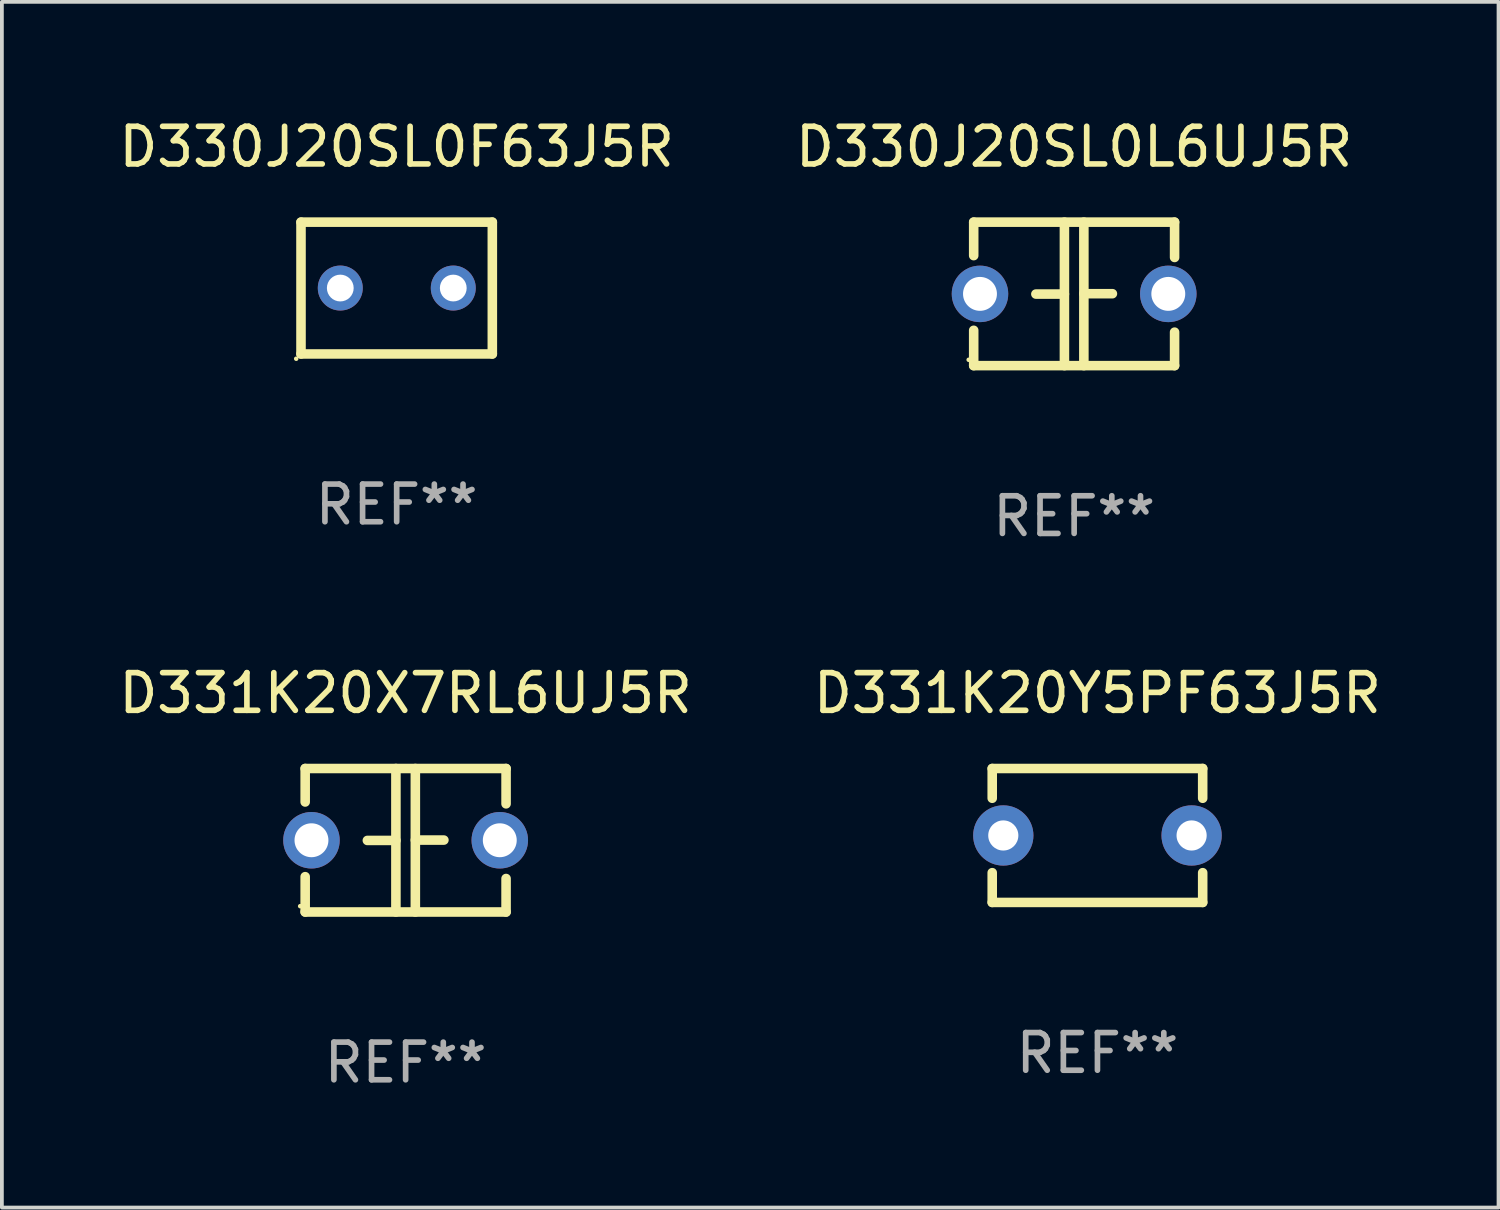
<source format=kicad_pcb>
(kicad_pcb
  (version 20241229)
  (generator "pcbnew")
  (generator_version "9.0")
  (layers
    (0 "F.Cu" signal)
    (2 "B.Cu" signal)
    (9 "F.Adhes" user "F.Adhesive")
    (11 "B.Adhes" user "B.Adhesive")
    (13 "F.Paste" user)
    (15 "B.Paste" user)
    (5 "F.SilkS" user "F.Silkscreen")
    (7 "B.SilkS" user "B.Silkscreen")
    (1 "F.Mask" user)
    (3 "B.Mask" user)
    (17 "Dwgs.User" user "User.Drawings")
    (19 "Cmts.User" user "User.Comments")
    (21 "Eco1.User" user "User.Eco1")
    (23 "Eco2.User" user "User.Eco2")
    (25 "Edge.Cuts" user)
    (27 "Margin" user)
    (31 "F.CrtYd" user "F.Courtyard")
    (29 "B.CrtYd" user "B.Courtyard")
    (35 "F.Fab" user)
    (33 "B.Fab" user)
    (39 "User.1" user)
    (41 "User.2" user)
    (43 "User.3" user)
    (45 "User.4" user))
  (footprint "D330J20SL0F63J5R"
    (layer "F.Cu")
    (at 7.482 4.598)
    (property "Reference" "D330J20SL0F63J5R" (at 0 -3.75 0) (layer "F.SilkS") (effects (font (size 1 1) (thickness 0.15))))
    (attr through_hole)
    (fp_line (start -2.54 1.75) (end -2.54 -1.75) (stroke (width 0.254) (type solid)) (layer "F.SilkS"))
    (fp_line (start -2.54 1.75) (end 2.54 1.75) (stroke (width 0.254) (type solid)) (layer "F.SilkS"))
    (fp_line (start 2.54 -1.75) (end -2.54 -1.75) (stroke (width 0.254) (type solid)) (layer "F.SilkS"))
    (fp_line (start 2.54 -1.75) (end 2.54 1.75) (stroke (width 0.254) (type solid)) (layer "F.SilkS"))
    (fp_circle (center -2.667 1.877) (end -2.637 1.877) (stroke (width 0.06) (type solid)) (fill no) (layer "F.SilkS"))
    (fp_text user "REF**" (at 0 5.75 0) (layer "F.Fab") (effects (font (size 1 1) (thickness 0.15))))
    (pad "1" thru_hole circle (at -1.497 0) (size 1.194 1.194) (drill 0.711) (layers "*.Cu" "*.Mask"))
    (pad "2" thru_hole circle (at 1.503 0) (size 1.194 1.194) (drill 0.711) (layers "*.Cu" "*.Mask")))
  (footprint "D331K20X7RL6UJ5R"
    (layer "F.Cu")
    (at 7.72 19.26)
    (property "Reference" "D331K20X7RL6UJ5R" (at 0 -3.905 0) (layer "F.SilkS") (effects (font (size 1 1) (thickness 0.15))))
    (attr through_hole)
    (fp_line (start -2.667 -1.905) (end -2.667 -1.016) (stroke (width 0.254) (type solid)) (layer "F.SilkS"))
    (fp_line (start -2.667 0.967) (end -2.667 1.905) (stroke (width 0.254) (type solid)) (layer "F.SilkS"))
    (fp_line (start -2.667 1.905) (end 2.667 1.905) (stroke (width 0.254) (type solid)) (layer "F.SilkS"))
    (fp_line (start -0.258 0.005) (end -1.016 0.005) (stroke (width 0.254) (type solid)) (layer "F.SilkS"))
    (fp_line (start -0.258 1.905) (end -0.258 -1.905) (stroke (width 0.254) (type solid)) (layer "F.SilkS"))
    (fp_line (start 0.258 -1.905) (end 0.258 1.905) (stroke (width 0.254) (type solid)) (layer "F.SilkS"))
    (fp_line (start 0.258 -0.005) (end 1.016 -0.005) (stroke (width 0.254) (type solid)) (layer "F.SilkS"))
    (fp_line (start 2.667 -1.905) (end -2.667 -1.905) (stroke (width 0.254) (type solid)) (layer "F.SilkS"))
    (fp_line (start 2.667 -0.967) (end 2.667 -1.905) (stroke (width 0.254) (type solid)) (layer "F.SilkS"))
    (fp_line (start 2.667 1.905) (end 2.667 1.016) (stroke (width 0.254) (type solid)) (layer "F.SilkS"))
    (fp_circle (center -2.8 1.75) (end -2.77 1.75) (stroke (width 0.06) (type solid)) (fill no) (layer "F.SilkS"))
    (fp_text user "REF**" (at 0 5.905 0) (layer "F.Fab") (effects (font (size 1 1) (thickness 0.15))))
    (pad "1" thru_hole circle (at -2.5 0) (size 1.5 1.5) (drill 0.9) (layers "*.Cu" "*.Mask"))
    (pad "2" thru_hole circle (at 2.5 0) (size 1.5 1.5) (drill 0.9) (layers "*.Cu" "*.Mask")))
  (footprint "D330J20SL0L6UJ5R"
    (layer "F.Cu")
    (at 25.47 4.753)
    (property "Reference" "D330J20SL0L6UJ5R" (at 0 -3.905 0) (layer "F.SilkS") (effects (font (size 1 1) (thickness 0.15))))
    (attr through_hole)
    (fp_line (start -2.667 -1.905) (end -2.667 -1.016) (stroke (width 0.254) (type solid)) (layer "F.SilkS"))
    (fp_line (start -2.667 0.967) (end -2.667 1.905) (stroke (width 0.254) (type solid)) (layer "F.SilkS"))
    (fp_line (start -2.667 1.905) (end 2.667 1.905) (stroke (width 0.254) (type solid)) (layer "F.SilkS"))
    (fp_line (start -0.258 0.005) (end -1.016 0.005) (stroke (width 0.254) (type solid)) (layer "F.SilkS"))
    (fp_line (start -0.258 1.905) (end -0.258 -1.905) (stroke (width 0.254) (type solid)) (layer "F.SilkS"))
    (fp_line (start 0.258 -1.905) (end 0.258 1.905) (stroke (width 0.254) (type solid)) (layer "F.SilkS"))
    (fp_line (start 0.258 -0.005) (end 1.016 -0.005) (stroke (width 0.254) (type solid)) (layer "F.SilkS"))
    (fp_line (start 2.667 -1.905) (end -2.667 -1.905) (stroke (width 0.254) (type solid)) (layer "F.SilkS"))
    (fp_line (start 2.667 -0.967) (end 2.667 -1.905) (stroke (width 0.254) (type solid)) (layer "F.SilkS"))
    (fp_line (start 2.667 1.905) (end 2.667 1.016) (stroke (width 0.254) (type solid)) (layer "F.SilkS"))
    (fp_circle (center -2.8 1.75) (end -2.77 1.75) (stroke (width 0.06) (type solid)) (fill no) (layer "F.SilkS"))
    (fp_text user "REF**" (at 0 5.905 0) (layer "F.Fab") (effects (font (size 1 1) (thickness 0.15))))
    (pad "1" thru_hole circle (at -2.5 0) (size 1.5 1.5) (drill 0.9) (layers "*.Cu" "*.Mask"))
    (pad "2" thru_hole circle (at 2.5 0) (size 1.5 1.5) (drill 0.9) (layers "*.Cu" "*.Mask")))
  (footprint "D331K20Y5PF63J5R"
    (layer "F.Cu")
    (at 26.089 19.133)
    (property "Reference" "D331K20Y5PF63J5R" (at 0 -3.778 0) (layer "F.SilkS") (effects (font (size 1 1) (thickness 0.15))))
    (attr through_hole)
    (fp_line (start -2.794 -1.778) (end -2.794 -0.988) (stroke (width 0.254) (type solid)) (layer "F.SilkS"))
    (fp_line (start -2.794 0.988) (end -2.794 1.778) (stroke (width 0.254) (type solid)) (layer "F.SilkS"))
    (fp_line (start -2.794 1.778) (end 2.794 1.778) (stroke (width 0.254) (type solid)) (layer "F.SilkS"))
    (fp_line (start 2.794 -1.778) (end -2.794 -1.778) (stroke (width 0.254) (type solid)) (layer "F.SilkS"))
    (fp_line (start 2.794 -0.988) (end 2.794 -1.778) (stroke (width 0.254) (type solid)) (layer "F.SilkS"))
    (fp_line (start 2.794 1.778) (end 2.794 0.988) (stroke (width 0.254) (type solid)) (layer "F.SilkS"))
    (fp_circle (center -2.75 1.75) (end -2.72 1.75) (stroke (width 0.06) (type solid)) (fill no) (layer "F.SilkS"))
    (fp_text user "REF**" (at 0 5.778 0) (layer "F.Fab") (effects (font (size 1 1) (thickness 0.15))))
    (pad "1" thru_hole circle (at -2.5 0) (size 1.6 1.6) (drill 0.8) (layers "*.Cu" "*.Mask"))
    (pad "2" thru_hole circle (at 2.5 0) (size 1.6 1.6) (drill 0.8) (layers "*.Cu" "*.Mask")))
  (gr_rect
    (start -3 -3)
    (end 36.738 29.013)
    (stroke (width 0.1) (type default))
    (fill no)
    (layer "Edge.Cuts")))
</source>
